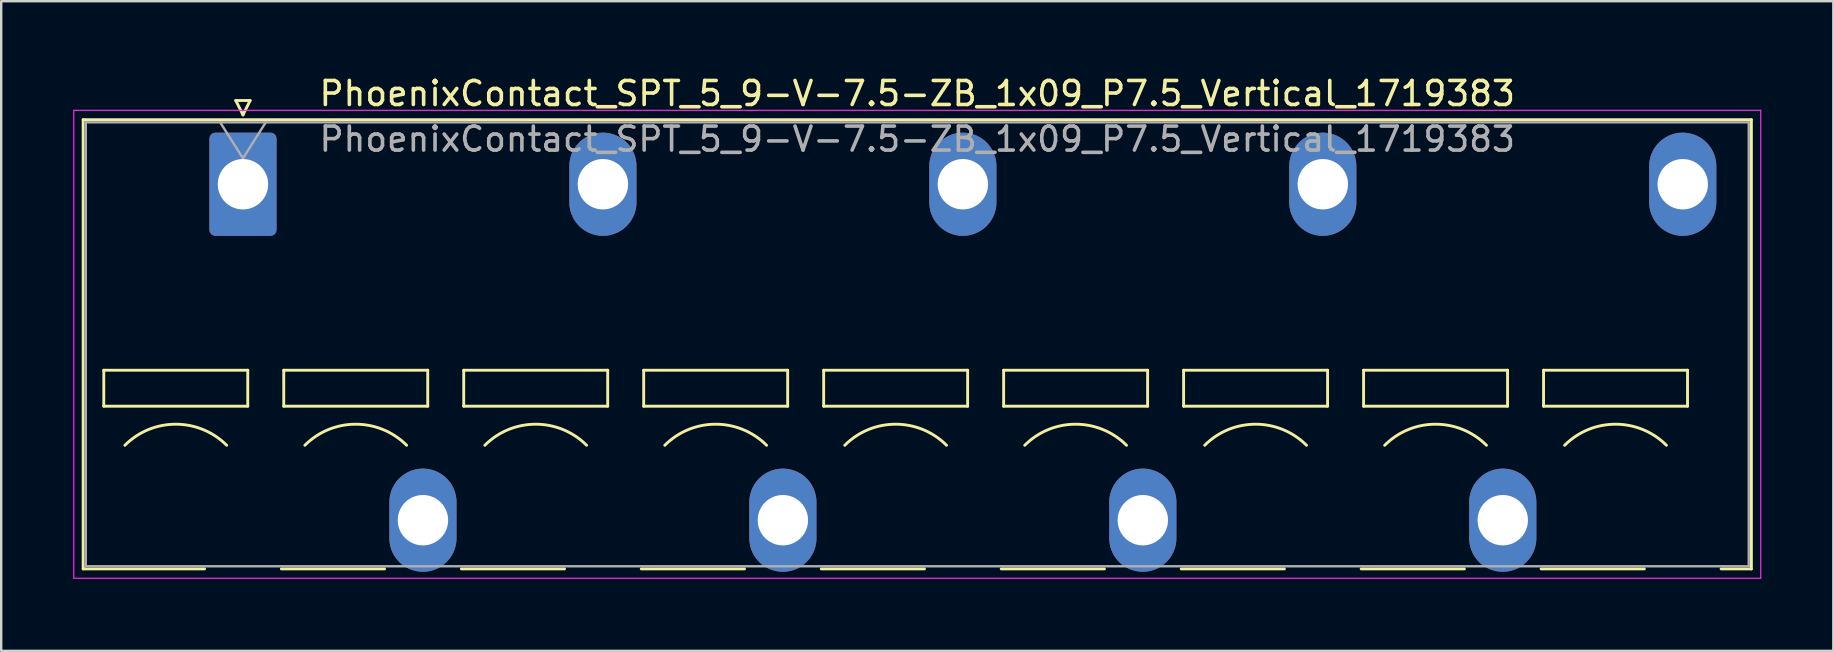
<source format=kicad_pcb>
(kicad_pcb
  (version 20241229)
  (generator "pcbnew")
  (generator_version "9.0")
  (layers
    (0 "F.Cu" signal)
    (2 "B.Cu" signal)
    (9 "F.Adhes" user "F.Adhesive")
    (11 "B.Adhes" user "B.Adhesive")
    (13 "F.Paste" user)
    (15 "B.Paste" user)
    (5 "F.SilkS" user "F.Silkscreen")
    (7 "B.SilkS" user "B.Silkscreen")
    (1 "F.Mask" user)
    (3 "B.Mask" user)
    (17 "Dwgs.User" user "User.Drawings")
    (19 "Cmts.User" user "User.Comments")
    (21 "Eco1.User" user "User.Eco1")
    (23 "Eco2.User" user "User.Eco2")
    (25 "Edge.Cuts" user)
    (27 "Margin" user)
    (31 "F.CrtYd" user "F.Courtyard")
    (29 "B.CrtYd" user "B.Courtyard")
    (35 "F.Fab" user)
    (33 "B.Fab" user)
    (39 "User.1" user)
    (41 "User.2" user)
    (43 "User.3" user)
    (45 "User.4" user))
  (footprint "PhoenixContact_SPT_5_9-V-7.5-ZB_1x09_P7.5_Vertical_1719383"
    (layer "F.Cu")
    (at 7.075 4.628)
    (property "Reference" "PhoenixContact_SPT_5_9-V-7.5-ZB_1x09_P7.5_Vertical_1719383" (at 28.1 -3.78 0) (layer "F.SilkS") (effects (font (size 1 1) (thickness 0.15))))
    (attr through_hole)
    (fp_line (start -6.66 -2.69) (end 62.86 -2.69) (stroke (width 0.12) (type solid)) (layer "F.SilkS"))
    (fp_line (start -6.66 16.03) (end -6.66 -2.69) (stroke (width 0.12) (type solid)) (layer "F.SilkS"))
    (fp_line (start -6.66 16.03) (end -1.6 16.03) (stroke (width 0.12) (type solid)) (layer "F.SilkS"))
    (fp_line (start -5.8 7.75) (end -5.8 9.25) (stroke (width 0.12) (type solid)) (layer "F.SilkS"))
    (fp_line (start -5.8 9.25) (end 0.2 9.25) (stroke (width 0.12) (type solid)) (layer "F.SilkS"))
    (fp_line (start -0.3 -3.49) (end 0 -2.89) (stroke (width 0.12) (type solid)) (layer "F.SilkS"))
    (fp_line (start -0.3 -3.49) (end 0.3 -3.49) (stroke (width 0.12) (type solid)) (layer "F.SilkS"))
    (fp_line (start 0.2 7.75) (end -5.8 7.75) (stroke (width 0.12) (type solid)) (layer "F.SilkS"))
    (fp_line (start 0.2 9.25) (end 0.2 7.75) (stroke (width 0.12) (type solid)) (layer "F.SilkS"))
    (fp_line (start 0.3 -3.49) (end 0 -2.89) (stroke (width 0.12) (type solid)) (layer "F.SilkS"))
    (fp_line (start 1.6 16.03) (end 5.9 16.03) (stroke (width 0.12) (type solid)) (layer "F.SilkS"))
    (fp_line (start 1.7 7.75) (end 1.7 9.25) (stroke (width 0.12) (type solid)) (layer "F.SilkS"))
    (fp_line (start 1.7 9.25) (end 7.7 9.25) (stroke (width 0.12) (type solid)) (layer "F.SilkS"))
    (fp_line (start 7.7 7.75) (end 1.7 7.75) (stroke (width 0.12) (type solid)) (layer "F.SilkS"))
    (fp_line (start 7.7 9.25) (end 7.7 7.75) (stroke (width 0.12) (type solid)) (layer "F.SilkS"))
    (fp_line (start 9.1 16.03) (end 13.4 16.03) (stroke (width 0.12) (type solid)) (layer "F.SilkS"))
    (fp_line (start 9.2 7.75) (end 9.2 9.25) (stroke (width 0.12) (type solid)) (layer "F.SilkS"))
    (fp_line (start 9.2 9.25) (end 15.2 9.25) (stroke (width 0.12) (type solid)) (layer "F.SilkS"))
    (fp_line (start 15.2 7.75) (end 9.2 7.75) (stroke (width 0.12) (type solid)) (layer "F.SilkS"))
    (fp_line (start 15.2 9.25) (end 15.2 7.75) (stroke (width 0.12) (type solid)) (layer "F.SilkS"))
    (fp_line (start 16.6 16.03) (end 20.9 16.03) (stroke (width 0.12) (type solid)) (layer "F.SilkS"))
    (fp_line (start 16.7 7.75) (end 16.7 9.25) (stroke (width 0.12) (type solid)) (layer "F.SilkS"))
    (fp_line (start 16.7 9.25) (end 22.7 9.25) (stroke (width 0.12) (type solid)) (layer "F.SilkS"))
    (fp_line (start 22.7 7.75) (end 16.7 7.75) (stroke (width 0.12) (type solid)) (layer "F.SilkS"))
    (fp_line (start 22.7 9.25) (end 22.7 7.75) (stroke (width 0.12) (type solid)) (layer "F.SilkS"))
    (fp_line (start 24.1 16.03) (end 28.4 16.03) (stroke (width 0.12) (type solid)) (layer "F.SilkS"))
    (fp_line (start 24.2 7.75) (end 24.2 9.25) (stroke (width 0.12) (type solid)) (layer "F.SilkS"))
    (fp_line (start 24.2 9.25) (end 30.2 9.25) (stroke (width 0.12) (type solid)) (layer "F.SilkS"))
    (fp_line (start 30.2 7.75) (end 24.2 7.75) (stroke (width 0.12) (type solid)) (layer "F.SilkS"))
    (fp_line (start 30.2 9.25) (end 30.2 7.75) (stroke (width 0.12) (type solid)) (layer "F.SilkS"))
    (fp_line (start 31.6 16.03) (end 35.9 16.03) (stroke (width 0.12) (type solid)) (layer "F.SilkS"))
    (fp_line (start 31.7 7.75) (end 31.7 9.25) (stroke (width 0.12) (type solid)) (layer "F.SilkS"))
    (fp_line (start 31.7 9.25) (end 37.7 9.25) (stroke (width 0.12) (type solid)) (layer "F.SilkS"))
    (fp_line (start 37.7 7.75) (end 31.7 7.75) (stroke (width 0.12) (type solid)) (layer "F.SilkS"))
    (fp_line (start 37.7 9.25) (end 37.7 7.75) (stroke (width 0.12) (type solid)) (layer "F.SilkS"))
    (fp_line (start 39.1 16.03) (end 43.4 16.03) (stroke (width 0.12) (type solid)) (layer "F.SilkS"))
    (fp_line (start 39.2 7.75) (end 39.2 9.25) (stroke (width 0.12) (type solid)) (layer "F.SilkS"))
    (fp_line (start 39.2 9.25) (end 45.2 9.25) (stroke (width 0.12) (type solid)) (layer "F.SilkS"))
    (fp_line (start 45.2 7.75) (end 39.2 7.75) (stroke (width 0.12) (type solid)) (layer "F.SilkS"))
    (fp_line (start 45.2 9.25) (end 45.2 7.75) (stroke (width 0.12) (type solid)) (layer "F.SilkS"))
    (fp_line (start 46.6 16.03) (end 50.9 16.03) (stroke (width 0.12) (type solid)) (layer "F.SilkS"))
    (fp_line (start 46.7 7.75) (end 46.7 9.25) (stroke (width 0.12) (type solid)) (layer "F.SilkS"))
    (fp_line (start 46.7 9.25) (end 52.7 9.25) (stroke (width 0.12) (type solid)) (layer "F.SilkS"))
    (fp_line (start 52.7 7.75) (end 46.7 7.75) (stroke (width 0.12) (type solid)) (layer "F.SilkS"))
    (fp_line (start 52.7 9.25) (end 52.7 7.75) (stroke (width 0.12) (type solid)) (layer "F.SilkS"))
    (fp_line (start 54.1 16.03) (end 58.4 16.03) (stroke (width 0.12) (type solid)) (layer "F.SilkS"))
    (fp_line (start 54.2 7.75) (end 54.2 9.25) (stroke (width 0.12) (type solid)) (layer "F.SilkS"))
    (fp_line (start 54.2 9.25) (end 60.2 9.25) (stroke (width 0.12) (type solid)) (layer "F.SilkS"))
    (fp_line (start 60.2 7.75) (end 54.2 7.75) (stroke (width 0.12) (type solid)) (layer "F.SilkS"))
    (fp_line (start 60.2 9.25) (end 60.2 7.75) (stroke (width 0.12) (type solid)) (layer "F.SilkS"))
    (fp_line (start 61.6 16.03) (end 62.86 16.03) (stroke (width 0.12) (type solid)) (layer "F.SilkS"))
    (fp_line (start 62.86 -2.69) (end 62.86 16.03) (stroke (width 0.12) (type solid)) (layer "F.SilkS"))
    (fp_arc (start -4.92132 10.87868) (mid -2.8 10) (end -0.67868 10.87868) (stroke (width 0.12) (type solid)) (layer "F.SilkS"))
    (fp_arc (start 2.57868 10.87868) (mid 4.7 10) (end 6.82132 10.87868) (stroke (width 0.12) (type solid)) (layer "F.SilkS"))
    (fp_arc (start 10.07868 10.87868) (mid 12.2 10) (end 14.32132 10.87868) (stroke (width 0.12) (type solid)) (layer "F.SilkS"))
    (fp_arc (start 17.57868 10.87868) (mid 19.7 10) (end 21.82132 10.87868) (stroke (width 0.12) (type solid)) (layer "F.SilkS"))
    (fp_arc (start 25.07868 10.87868) (mid 27.2 10) (end 29.32132 10.87868) (stroke (width 0.12) (type solid)) (layer "F.SilkS"))
    (fp_arc (start 32.57868 10.87868) (mid 34.7 10) (end 36.82132 10.87868) (stroke (width 0.12) (type solid)) (layer "F.SilkS"))
    (fp_arc (start 40.07868 10.87868) (mid 42.2 10) (end 44.32132 10.87868) (stroke (width 0.12) (type solid)) (layer "F.SilkS"))
    (fp_arc (start 47.57868 10.87868) (mid 49.7 10) (end 51.82132 10.87868) (stroke (width 0.12) (type solid)) (layer "F.SilkS"))
    (fp_arc (start 55.07868 10.87868) (mid 57.2 10) (end 59.32132 10.87868) (stroke (width 0.12) (type solid)) (layer "F.SilkS"))
    (fp_line (start -7.05 -3.08) (end -7.05 16.42) (stroke (width 0.05) (type solid)) (layer "F.CrtYd"))
    (fp_line (start -7.05 16.42) (end 63.25 16.42) (stroke (width 0.05) (type solid)) (layer "F.CrtYd"))
    (fp_line (start 63.25 -3.08) (end -7.05 -3.08) (stroke (width 0.05) (type solid)) (layer "F.CrtYd"))
    (fp_line (start 63.25 16.42) (end 63.25 -3.08) (stroke (width 0.05) (type solid)) (layer "F.CrtYd"))
    (fp_line (start -6.55 -2.58) (end -6.55 15.92) (stroke (width 0.1) (type solid)) (layer "F.Fab"))
    (fp_line (start -6.55 15.92) (end 62.75 15.92) (stroke (width 0.1) (type solid)) (layer "F.Fab"))
    (fp_line (start -0.95 -2.58) (end 0 -1.08) (stroke (width 0.1) (type solid)) (layer "F.Fab"))
    (fp_line (start 0.95 -2.58) (end 0 -1.08) (stroke (width 0.1) (type solid)) (layer "F.Fab"))
    (fp_line (start 62.75 -2.58) (end -6.55 -2.58) (stroke (width 0.1) (type solid)) (layer "F.Fab"))
    (fp_line (start 62.75 15.92) (end 62.75 -2.58) (stroke (width 0.1) (type solid)) (layer "F.Fab"))
    (fp_text user "${REFERENCE}" (at 28.1 -1.88 0) (layer "F.Fab") (effects (font (size 1 1) (thickness 0.15))))
    (pad "1" thru_hole roundrect (at 0 0) (size 2.8 4.3) (drill 2.1) (layers "*.Cu" "*.Mask") (roundrect_rratio 0.089))
    (pad "2" thru_hole oval (at 7.5 14) (size 2.8 4.3) (drill 2.1) (layers "*.Cu" "*.Mask"))
    (pad "3" thru_hole oval (at 15 0) (size 2.8 4.3) (drill 2.1) (layers "*.Cu" "*.Mask"))
    (pad "4" thru_hole oval (at 22.5 14) (size 2.8 4.3) (drill 2.1) (layers "*.Cu" "*.Mask"))
    (pad "5" thru_hole oval (at 30 0) (size 2.8 4.3) (drill 2.1) (layers "*.Cu" "*.Mask"))
    (pad "6" thru_hole oval (at 37.5 14) (size 2.8 4.3) (drill 2.1) (layers "*.Cu" "*.Mask"))
    (pad "7" thru_hole oval (at 45 0) (size 2.8 4.3) (drill 2.1) (layers "*.Cu" "*.Mask"))
    (pad "8" thru_hole oval (at 52.5 14) (size 2.8 4.3) (drill 2.1) (layers "*.Cu" "*.Mask"))
    (pad "9" thru_hole oval (at 60 0) (size 2.8 4.3) (drill 2.1) (layers "*.Cu" "*.Mask")))
  (gr_rect
    (start -3 -3)
    (end 73.35 24.073)
    (stroke (width 0.1) (type default))
    (fill no)
    (layer "Edge.Cuts")))
</source>
